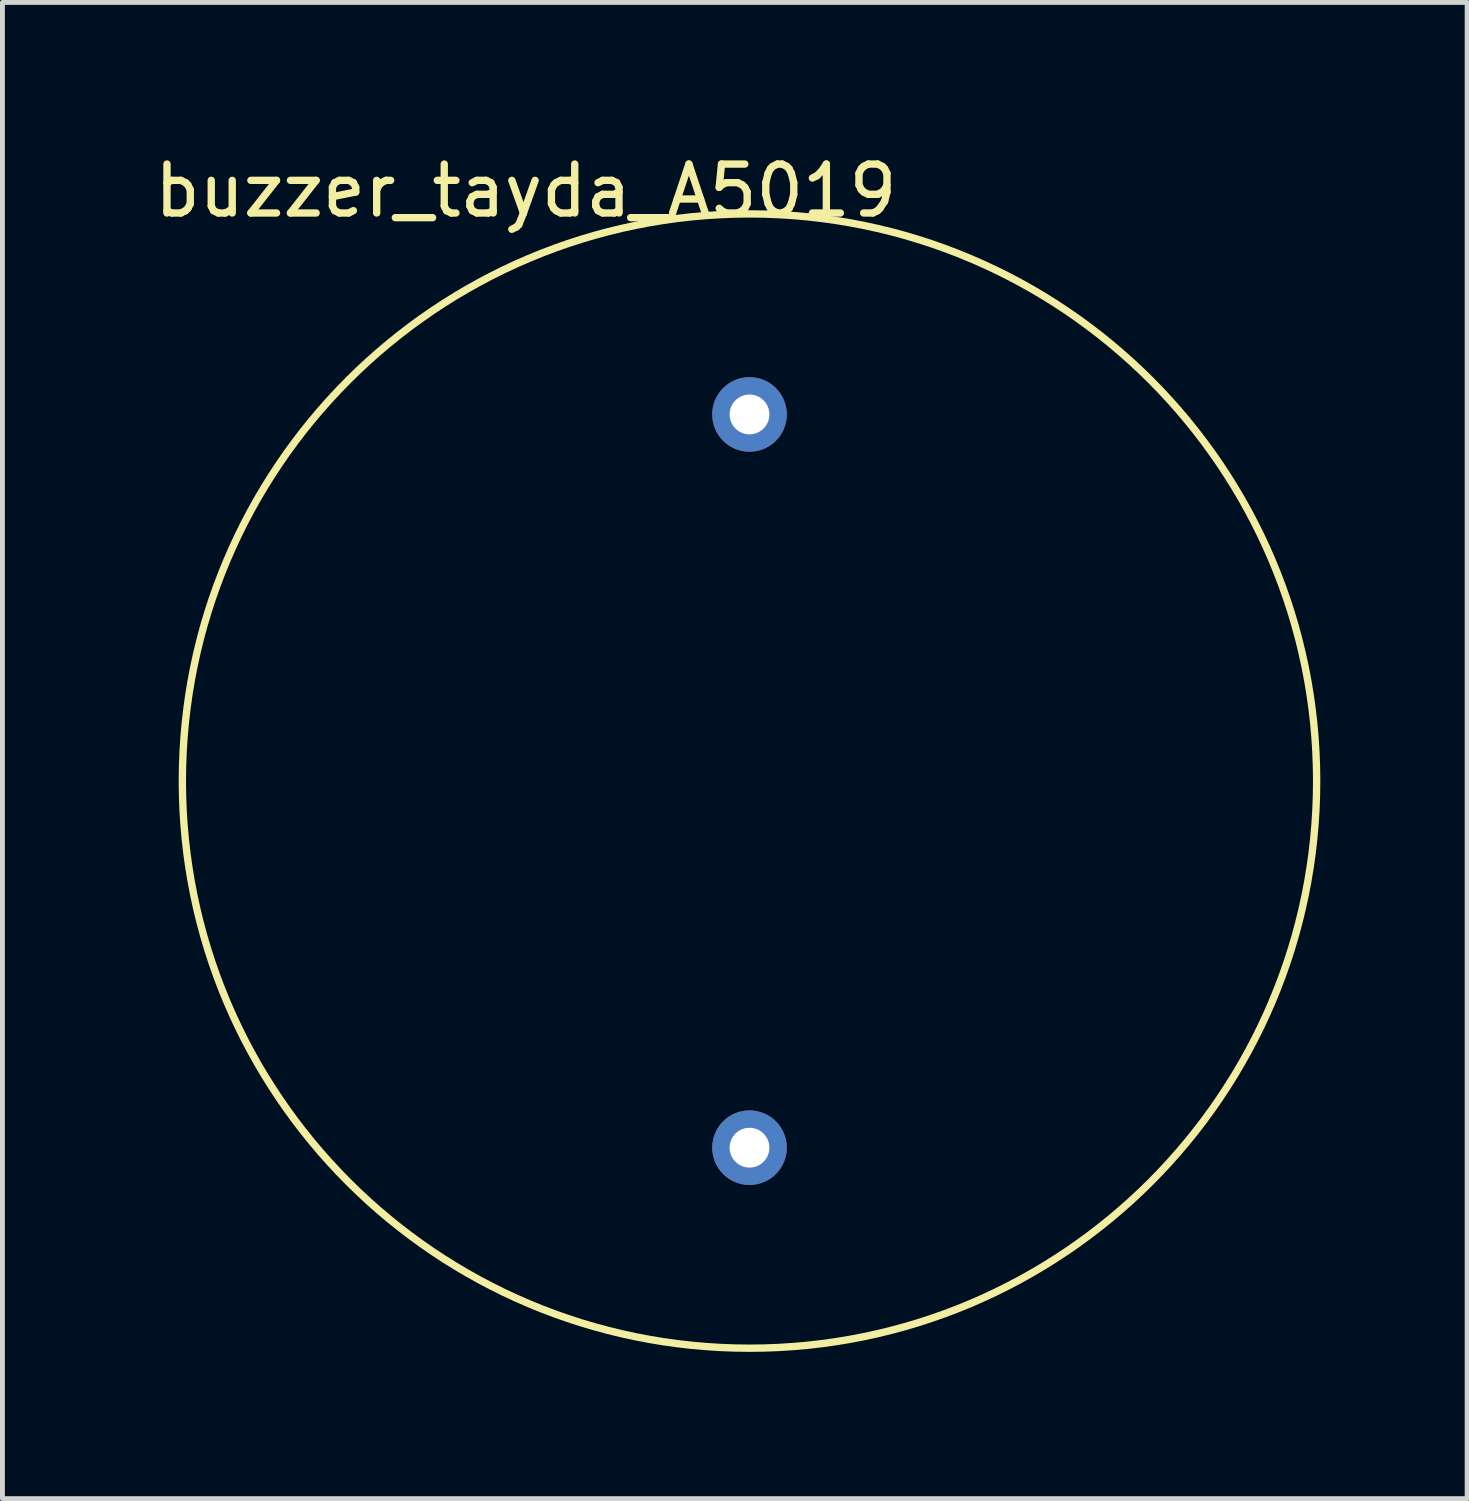
<source format=kicad_pcb>
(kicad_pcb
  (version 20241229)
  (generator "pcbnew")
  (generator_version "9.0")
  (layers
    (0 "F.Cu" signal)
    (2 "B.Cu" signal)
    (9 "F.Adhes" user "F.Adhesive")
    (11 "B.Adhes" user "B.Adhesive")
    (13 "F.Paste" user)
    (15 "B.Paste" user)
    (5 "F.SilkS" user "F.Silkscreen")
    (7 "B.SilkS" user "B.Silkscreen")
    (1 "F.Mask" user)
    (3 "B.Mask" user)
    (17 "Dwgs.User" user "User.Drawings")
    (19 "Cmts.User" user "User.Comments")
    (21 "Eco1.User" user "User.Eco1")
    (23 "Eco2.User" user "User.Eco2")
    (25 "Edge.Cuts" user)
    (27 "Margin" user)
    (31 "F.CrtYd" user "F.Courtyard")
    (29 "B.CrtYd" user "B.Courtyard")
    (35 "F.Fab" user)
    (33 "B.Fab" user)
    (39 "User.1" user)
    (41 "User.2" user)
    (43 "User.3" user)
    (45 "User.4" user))
  (footprint "buzzer_tayda_A5019"
    (layer "F.Cu")
    (at 12.268 5.42)
    (property "Reference" "buzzer_tayda_A5019" (at -4.572 -4.572 0) (layer "F.SilkS") (effects (font (size 1 1) (thickness 0.15))))
    (attr through_hole)
    (fp_circle (center 0 7.493) (end 11.557 8.382) (stroke (width 0.15) (type solid)) (fill no) (layer "F.SilkS"))
    (pad "1" thru_hole circle (at 0 0) (size 1.524 1.524) (drill 0.813) (layers "*.Cu" "*.Mask"))
    (pad "2" thru_hole circle (at 0 14.986) (size 1.524 1.524) (drill 0.813) (layers "*.Cu" "*.Mask")))
  (gr_rect
    (start -3 -3)
    (end 26.935 27.579)
    (stroke (width 0.1) (type default))
    (fill no)
    (layer "Edge.Cuts")))
</source>
